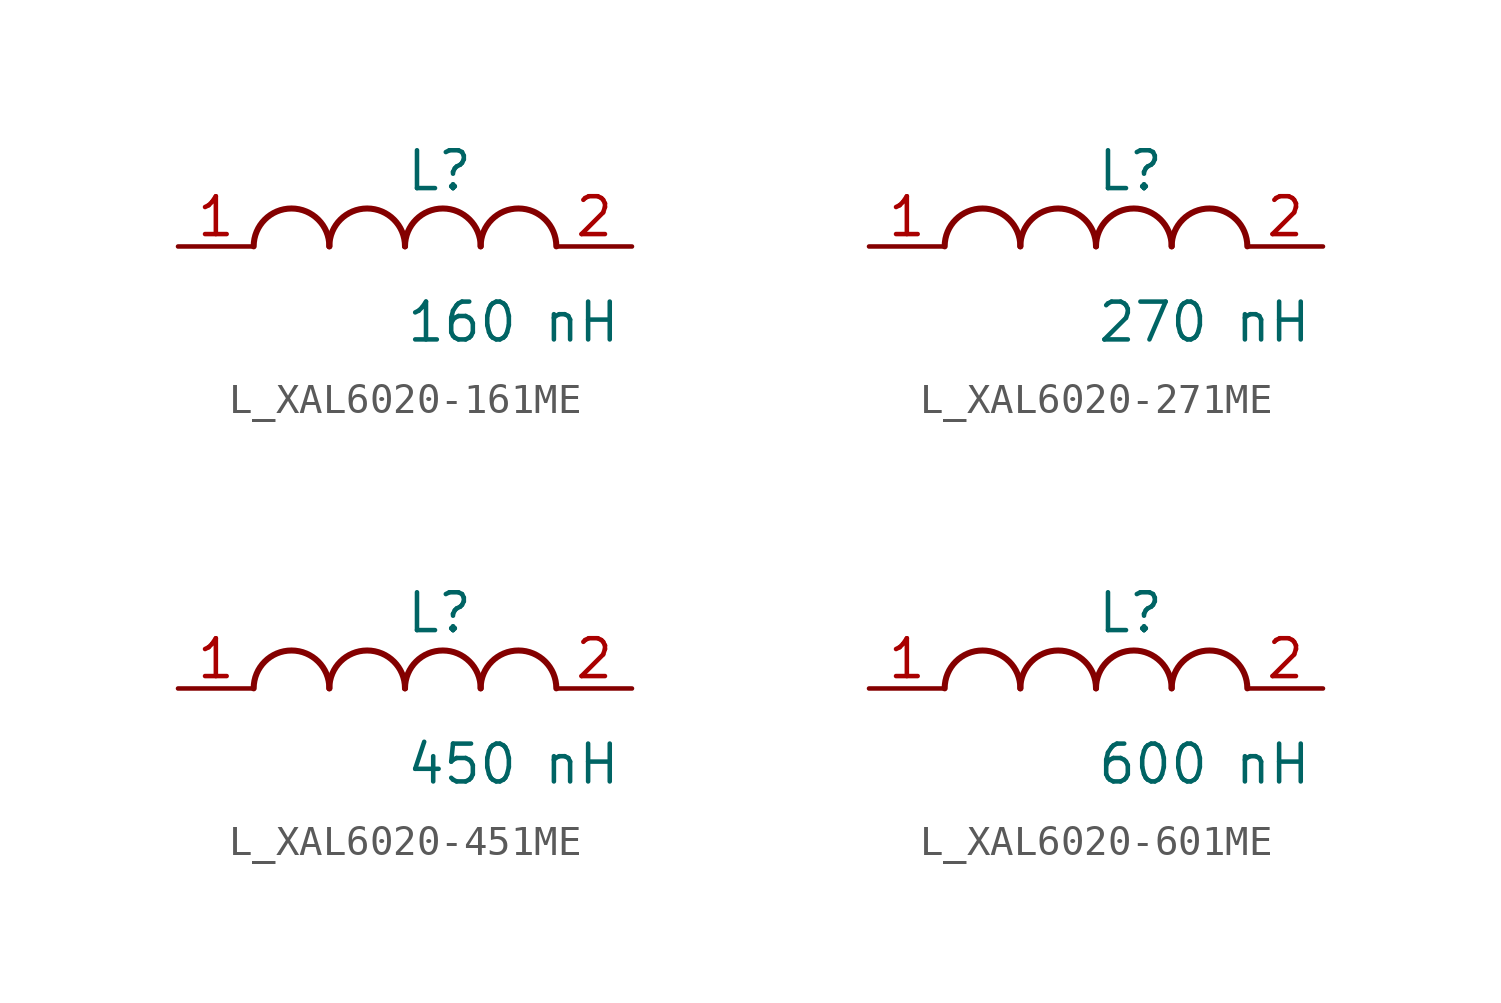
<source format=kicad_sym>
(kicad_symbol_lib
  (version 20231120)
  (generator "kicad_symbol_editor")
  (generator_version "8.0")
  (symbol "L_XAL6020-161ME"
    (pin_names
      (offset 0.254))
    (property "Value" "160 nH"
      (at 0 -2.54 0)
      (effects (font (size 1.27 1.27)) (justify left)))
    (property "Reference" "L"
      (at 0 2.54 0)
      (effects (font (size 1.27 1.27)) (justify left)))
    (symbol "L_XAL6020-161ME_1_1"
      (arc (start -2.54 0.0056) (mid -3.81 1.27) (end -5.08 0.0056) (stroke (width 0.2032) (type default)) (fill (type none)))
      (arc (start 0 0.0056) (mid -1.27 1.27) (end -2.54 0.0056) (stroke (width 0.2032) (type default)) (fill (type none)))
      (arc (start 2.54 0.0056) (mid 1.27 1.27) (end 0 0.0056) (stroke (width 0.2032) (type default)) (fill (type none)))
      (arc (start 5.08 0.0056) (mid 3.81 1.27) (end 2.54 0.0056) (stroke (width 0.2032) (type default)) (fill (type none)))
      (pin unspecified line (at -7.62 0 0) (length 2.54) (name "" (effects (font (size 1.27 1.27)))) (number "1" (effects (font (size 1.27 1.27)))))
      (pin unspecified line (at 7.62 0 180) (length 2.54) (name "" (effects (font (size 1.27 1.27)))) (number "2" (effects (font (size 1.27 1.27)))))))
  (symbol "L_XAL6020-271ME"
    (pin_names
      (offset 0.254))
    (property "Value" "270 nH"
      (at 0 -2.54 0)
      (effects (font (size 1.27 1.27)) (justify left)))
    (property "Reference" "L"
      (at 0 2.54 0)
      (effects (font (size 1.27 1.27)) (justify left)))
    (symbol "L_XAL6020-271ME_1_1"
      (arc (start -2.54 0.0056) (mid -3.81 1.27) (end -5.08 0.0056) (stroke (width 0.2032) (type default)) (fill (type none)))
      (arc (start 0 0.0056) (mid -1.27 1.27) (end -2.54 0.0056) (stroke (width 0.2032) (type default)) (fill (type none)))
      (arc (start 2.54 0.0056) (mid 1.27 1.27) (end 0 0.0056) (stroke (width 0.2032) (type default)) (fill (type none)))
      (arc (start 5.08 0.0056) (mid 3.81 1.27) (end 2.54 0.0056) (stroke (width 0.2032) (type default)) (fill (type none)))
      (pin unspecified line (at -7.62 0 0) (length 2.54) (name "" (effects (font (size 1.27 1.27)))) (number "1" (effects (font (size 1.27 1.27)))))
      (pin unspecified line (at 7.62 0 180) (length 2.54) (name "" (effects (font (size 1.27 1.27)))) (number "2" (effects (font (size 1.27 1.27)))))))
  (symbol "L_XAL6020-451ME"
    (pin_names
      (offset 0.254))
    (property "Value" "450 nH"
      (at 0 -2.54 0)
      (effects (font (size 1.27 1.27)) (justify left)))
    (property "Reference" "L"
      (at 0 2.54 0)
      (effects (font (size 1.27 1.27)) (justify left)))
    (symbol "L_XAL6020-451ME_1_1"
      (arc (start -2.54 0.0056) (mid -3.81 1.27) (end -5.08 0.0056) (stroke (width 0.2032) (type default)) (fill (type none)))
      (arc (start 0 0.0056) (mid -1.27 1.27) (end -2.54 0.0056) (stroke (width 0.2032) (type default)) (fill (type none)))
      (arc (start 2.54 0.0056) (mid 1.27 1.27) (end 0 0.0056) (stroke (width 0.2032) (type default)) (fill (type none)))
      (arc (start 5.08 0.0056) (mid 3.81 1.27) (end 2.54 0.0056) (stroke (width 0.2032) (type default)) (fill (type none)))
      (pin unspecified line (at -7.62 0 0) (length 2.54) (name "" (effects (font (size 1.27 1.27)))) (number "1" (effects (font (size 1.27 1.27)))))
      (pin unspecified line (at 7.62 0 180) (length 2.54) (name "" (effects (font (size 1.27 1.27)))) (number "2" (effects (font (size 1.27 1.27)))))))
  (symbol "L_XAL6020-601ME"
    (pin_names
      (offset 0.254))
    (property "Value" "600 nH"
      (at 0 -2.54 0)
      (effects (font (size 1.27 1.27)) (justify left)))
    (property "Reference" "L"
      (at 0 2.54 0)
      (effects (font (size 1.27 1.27)) (justify left)))
    (symbol "L_XAL6020-601ME_1_1"
      (arc (start -2.54 0.0056) (mid -3.81 1.27) (end -5.08 0.0056) (stroke (width 0.2032) (type default)) (fill (type none)))
      (arc (start 0 0.0056) (mid -1.27 1.27) (end -2.54 0.0056) (stroke (width 0.2032) (type default)) (fill (type none)))
      (arc (start 2.54 0.0056) (mid 1.27 1.27) (end 0 0.0056) (stroke (width 0.2032) (type default)) (fill (type none)))
      (arc (start 5.08 0.0056) (mid 3.81 1.27) (end 2.54 0.0056) (stroke (width 0.2032) (type default)) (fill (type none)))
      (pin unspecified line (at -7.62 0 0) (length 2.54) (name "" (effects (font (size 1.27 1.27)))) (number "1" (effects (font (size 1.27 1.27)))))
      (pin unspecified line (at 7.62 0 180) (length 2.54) (name "" (effects (font (size 1.27 1.27)))) (number "2" (effects (font (size 1.27 1.27))))))))
</source>
